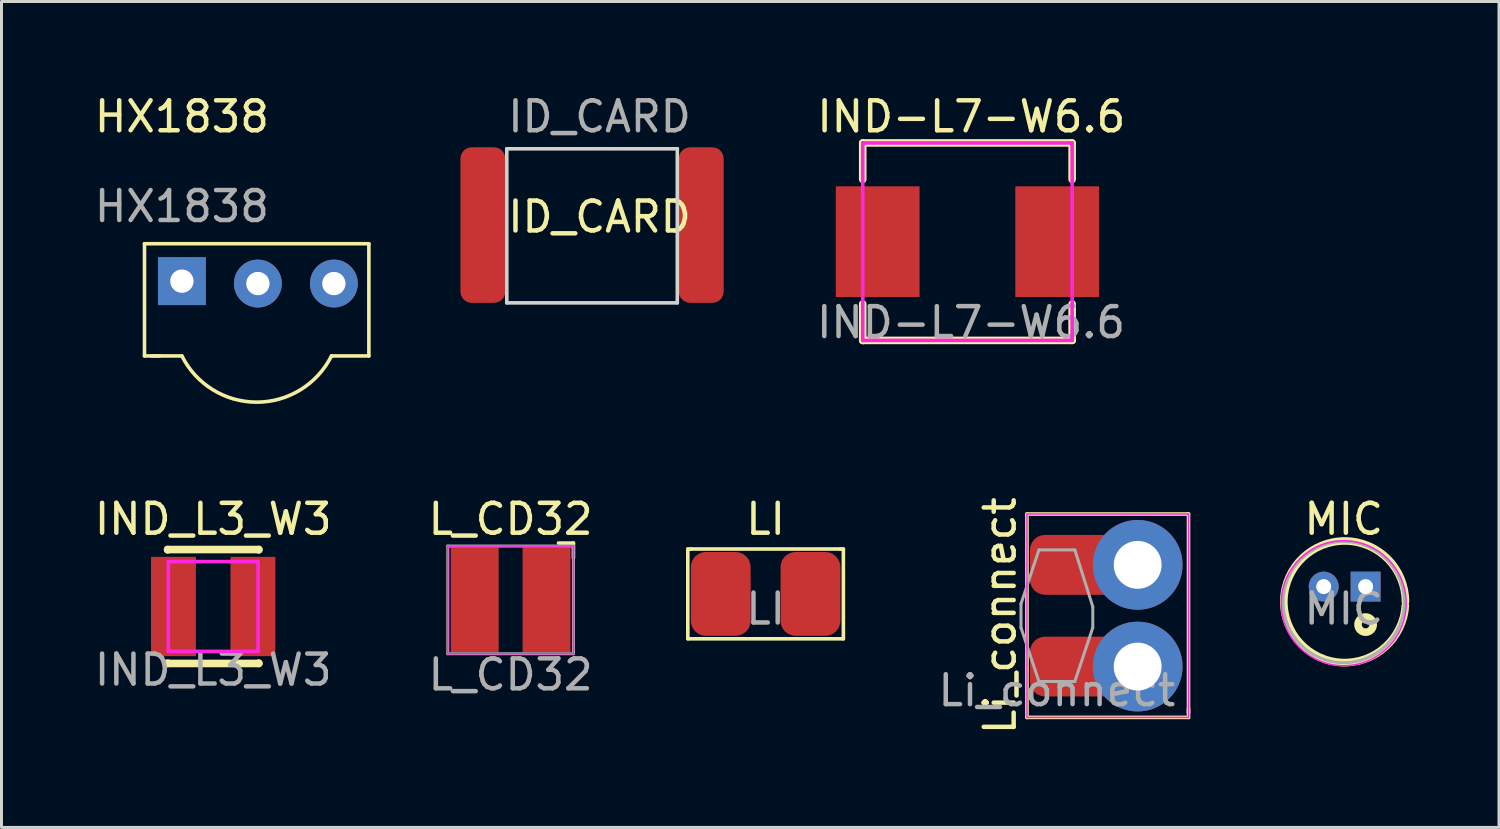
<source format=kicad_pcb>
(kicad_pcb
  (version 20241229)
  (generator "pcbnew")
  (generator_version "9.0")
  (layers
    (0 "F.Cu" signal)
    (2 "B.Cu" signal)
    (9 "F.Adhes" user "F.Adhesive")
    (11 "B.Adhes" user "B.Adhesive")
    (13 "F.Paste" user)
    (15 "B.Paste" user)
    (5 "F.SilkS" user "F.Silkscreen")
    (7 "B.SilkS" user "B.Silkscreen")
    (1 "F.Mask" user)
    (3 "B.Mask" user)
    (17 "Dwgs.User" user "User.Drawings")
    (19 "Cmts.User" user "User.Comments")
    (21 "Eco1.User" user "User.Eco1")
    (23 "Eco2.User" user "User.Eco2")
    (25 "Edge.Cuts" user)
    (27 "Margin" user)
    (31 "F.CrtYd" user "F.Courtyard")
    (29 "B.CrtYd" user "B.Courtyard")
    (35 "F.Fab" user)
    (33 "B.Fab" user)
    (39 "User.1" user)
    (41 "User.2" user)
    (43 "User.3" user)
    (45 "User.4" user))
  (footprint "Li_connect"
    (layer "F.Cu")
    (at 32.278 17.531)
    (property "Reference" "Li_connect" (at -1.9 0 90) (unlocked yes) (layer "F.SilkS") (effects (font (size 1 1) (thickness 0.15))))
    (attr smd)
    (fp_line (start -1 -3.4) (end 4.4 -3.4) (stroke (width 0.12) (type solid)) (layer "F.SilkS"))
    (fp_line (start -1 3.4) (end -1 -3.4) (stroke (width 0.12) (type solid)) (layer "F.SilkS"))
    (fp_line (start 4.4 -3.4) (end 4.4 3.25) (stroke (width 0.12) (type solid)) (layer "F.SilkS"))
    (fp_line (start 4.4 3.1) (end 4.4 3.4) (stroke (width 0.12) (type solid)) (layer "F.SilkS"))
    (fp_line (start 4.4 3.4) (end -1 3.4) (stroke (width 0.12) (type solid)) (layer "F.SilkS"))
    (fp_line (start -1 -3.4) (end 4.4 -3.4) (stroke (width 0.05) (type solid)) (layer "F.CrtYd"))
    (fp_line (start -1 3.4) (end -1 -3.4) (stroke (width 0.05) (type solid)) (layer "F.CrtYd"))
    (fp_line (start 4.4 -3.4) (end 4.4 3.4) (stroke (width 0.05) (type solid)) (layer "F.CrtYd"))
    (fp_line (start 4.4 3.4) (end -1 3.4) (stroke (width 0.05) (type solid)) (layer "F.CrtYd"))
    (fp_line (start -1.2 -0.4) (end -0.6 -2.2) (stroke (width 0.1) (type solid)) (layer "F.Fab"))
    (fp_line (start -1.2 0.4) (end -1.2 -0.4) (stroke (width 0.1) (type solid)) (layer "F.Fab"))
    (fp_line (start -0.6 -2.2) (end 0.6 -2.2) (stroke (width 0.1) (type solid)) (layer "F.Fab"))
    (fp_line (start -0.6 2.2) (end -1.2 0.4) (stroke (width 0.1) (type solid)) (layer "F.Fab"))
    (fp_line (start 0.6 -2.2) (end 1.2 -0.3) (stroke (width 0.1) (type solid)) (layer "F.Fab"))
    (fp_line (start 0.6 2.2) (end -0.6 2.2) (stroke (width 0.1) (type solid)) (layer "F.Fab"))
    (fp_line (start 1.2 -0.3) (end 1.2 0.4) (stroke (width 0.1) (type solid)) (layer "F.Fab"))
    (fp_line (start 1.2 0.4) (end 0.6 2.2) (stroke (width 0.1) (type solid)) (layer "F.Fab"))
    (fp_text user "${REFERENCE}" (at 0 2.5 0) (unlocked yes) (layer "F.Fab") (effects (font (size 1 1) (thickness 0.15))))
    (pad "1" smd roundrect (at 0.6 -1.7 270) (size 2 3) (layers "F.Cu" "F.Mask" "F.Paste") (roundrect_rratio 0.25))
    (pad "1" thru_hole circle (at 2.7 -1.7) (size 3 3) (drill 1.6) (layers "*.Cu" "*.Mask"))
    (pad "2" smd roundrect (at 0.6 1.7 270) (size 2 3) (layers "F.Cu" "F.Mask" "F.Paste") (roundrect_rratio 0.25))
    (pad "2" thru_hole circle (at 2.7 1.7) (size 3 3) (drill 1.6) (layers "*.Cu" "*.Mask")))
  (footprint "MIC"
    (layer "F.Cu")
    (at 41.866 14.802)
    (property "Reference" "MIC" (at 0 -0.5 0) (unlocked yes) (layer "F.SilkS") (effects (font (size 1 1) (thickness 0.15))))
    (attr through_hole)
    (fp_arc (start 2.059044 2.390332) (mid -2 2.2) (end 2.063006 2.263586) (stroke (width 0.254) (type solid)) (layer "F.SilkS"))
    (fp_circle (center 0.731 3.026) (end 0.731 3.28) (stroke (width 0.254) (type solid)) (fill no) (layer "F.SilkS"))
    (fp_circle (center 0 2.312) (end 2 2.912) (stroke (width 0.05) (type solid)) (fill no) (layer "F.CrtYd"))
    (fp_circle (center 0 2.275) (end 1.9 2.975) (stroke (width 0.1) (type solid)) (fill no) (layer "F.Fab"))
    (fp_text user "${REFERENCE}" (at 0 2.5 0) (unlocked yes) (layer "F.Fab") (effects (font (size 1 1) (thickness 0.15))))
    (pad "1" thru_hole rect (at 0.731 1.756) (size 1 1) (drill 0.5) (layers "*.Cu" "*.Mask"))
    (pad "2" thru_hole circle (at -0.669 1.756) (size 1 1) (drill 0.5) (layers "*.Cu" "*.Mask")))
  (footprint "IND_L3_W3"
    (layer "F.Cu")
    (at 4.077 16.842)
    (property "Reference" "IND_L3_W3" (at 0 -2.54 0) (unlocked yes) (layer "F.SilkS") (effects (font (size 1 1) (thickness 0.15))))
    (attr smd)
    (fp_line (start -1.524 -1.524) (end 1.524 -1.524) (stroke (width 0.254) (type solid)) (layer "F.SilkS"))
    (fp_line (start -1.524 -1.51) (end -1.524 -1.524) (stroke (width 0.254) (type solid)) (layer "F.SilkS"))
    (fp_line (start -1.524 2.286) (end -1.524 2.272) (stroke (width 0.254) (type solid)) (layer "F.SilkS"))
    (fp_line (start -1.524 2.286) (end 1.524 2.286) (stroke (width 0.254) (type solid)) (layer "F.SilkS"))
    (fp_line (start 1.524 -1.524) (end 1.524 -1.51) (stroke (width 0.254) (type solid)) (layer "F.SilkS"))
    (fp_line (start 1.524 2.272) (end 1.524 2.286) (stroke (width 0.254) (type solid)) (layer "F.SilkS"))
    (fp_line (start -1.5 -1.119) (end 1.5 -1.119) (stroke (width 0.12) (type solid)) (layer "F.CrtYd"))
    (fp_line (start -1.5 1.881) (end -1.5 -1.119) (stroke (width 0.12) (type solid)) (layer "F.CrtYd"))
    (fp_line (start 1.5 -1.119) (end 1.5 1.881) (stroke (width 0.12) (type solid)) (layer "F.CrtYd"))
    (fp_line (start 1.5 1.881) (end -1.5 1.881) (stroke (width 0.12) (type solid)) (layer "F.CrtYd"))
    (fp_text user "${REFERENCE}" (at 0 2.5 0) (unlocked yes) (layer "F.Fab") (effects (font (size 1 1) (thickness 0.15))))
    (pad "1" smd rect (at 1.328 0.381) (size 1.5 3.32) (layers "F.Cu" "F.Mask" "F.Paste"))
    (pad "2" smd rect (at -1.328 0.381) (size 1.5 3.32) (layers "F.Cu" "F.Mask" "F.Paste")))
  (footprint "IND-L7-W6.6"
    (layer "F.Cu")
    (at 29.408 5.228)
    (property "Reference" "IND-L7-W6.6" (at 0.01 -4.38 0) (unlocked yes) (layer "F.SilkS") (effects (font (size 1 1) (thickness 0.15))))
    (attr smd)
    (fp_line (start -3.62 -3.5) (end 3.36 -3.5) (stroke (width 0.254) (type solid)) (layer "F.SilkS"))
    (fp_line (start -3.62 -2.281) (end -3.62 -3.5) (stroke (width 0.254) (type solid)) (layer "F.SilkS"))
    (fp_line (start -3.62 3.1) (end -3.62 1.881) (stroke (width 0.254) (type solid)) (layer "F.SilkS"))
    (fp_line (start -3.61 3.1) (end -3.62 3.1) (stroke (width 0.254) (type solid)) (layer "F.SilkS"))
    (fp_line (start 3.36 -3.5) (end 3.38 -3.48) (stroke (width 0.254) (type solid)) (layer "F.SilkS"))
    (fp_line (start 3.38 -3.5) (end 3.38 -2.281) (stroke (width 0.254) (type solid)) (layer "F.SilkS"))
    (fp_line (start 3.38 1.881) (end 3.38 3.1) (stroke (width 0.254) (type solid)) (layer "F.SilkS"))
    (fp_line (start 3.38 3.1) (end -3.61 3.1) (stroke (width 0.254) (type solid)) (layer "F.SilkS"))
    (fp_circle (center -3.62 3.1) (end -3.59 3.1) (stroke (width 0.06) (type solid)) (fill no) (layer "Eco2.User"))
    (fp_poly (pts (xy -2.02 1.3) (xy -3.62 1.3) (xy -3.62 -1.7) (xy -2.02 -1.7)) (stroke (width 0.12) (type solid)) (fill no) (layer "Eco2.User"))
    (fp_poly (pts (xy 1.78 -1.7) (xy 3.38 -1.7) (xy 3.38 1.3) (xy 1.78 1.3)) (stroke (width 0.12) (type solid)) (fill no) (layer "Eco2.User"))
    (fp_line (start -3.62 -3.5) (end 3.38 -3.5) (stroke (width 0.12) (type solid)) (layer "F.CrtYd"))
    (fp_line (start -3.62 3.1) (end -3.62 -3.5) (stroke (width 0.12) (type solid)) (layer "F.CrtYd"))
    (fp_line (start 3.38 -3.5) (end 3.38 3.1) (stroke (width 0.12) (type solid)) (layer "F.CrtYd"))
    (fp_line (start 3.38 3.1) (end -3.62 3.1) (stroke (width 0.12) (type solid)) (layer "F.CrtYd"))
    (fp_text user "${REFERENCE}" (at 0 2.5 0) (unlocked yes) (layer "F.Fab") (effects (font (size 1 1) (thickness 0.15))))
    (pad "1" smd rect (at -3.12 -0.2) (size 2.8 3.7) (layers "F.Cu" "F.Mask" "F.Paste"))
    (pad "2" smd rect (at 2.88 -0.2) (size 2.8 3.7) (layers "F.Cu" "F.Mask" "F.Paste")))
  (footprint "LI"
    (layer "F.Cu")
    (at 22.541 14.802)
    (property "Reference" "LI" (at 0 -0.5 0) (unlocked yes) (layer "F.SilkS") (effects (font (size 1 1) (thickness 0.15))))
    (attr smd)
    (fp_line (start -2.6 0.5) (end -2.5 0.5) (stroke (width 0.12) (type solid)) (layer "F.SilkS"))
    (fp_line (start -2.6 3.5) (end -2.6 0.5) (stroke (width 0.12) (type solid)) (layer "F.SilkS"))
    (fp_line (start -2.5 0.5) (end 2.5 0.5) (stroke (width 0.12) (type solid)) (layer "F.SilkS"))
    (fp_line (start 2.5 0.5) (end 2.6 0.5) (stroke (width 0.12) (type solid)) (layer "F.SilkS"))
    (fp_line (start 2.6 0.5) (end 2.6 3.5) (stroke (width 0.12) (type solid)) (layer "F.SilkS"))
    (fp_line (start 2.6 3.5) (end -2.6 3.5) (stroke (width 0.12) (type solid)) (layer "F.SilkS"))
    (fp_text user "${REFERENCE}" (at 0 2.5 0) (unlocked yes) (layer "F.Fab") (effects (font (size 1 1) (thickness 0.15))))
    (pad "1" smd roundrect (at -1.5 2) (size 2 2.8) (layers "F.Cu" "F.Mask" "F.Paste") (roundrect_rratio 0.25))
    (pad "2" smd roundrect (at 1.5 2) (size 2 2.8) (layers "F.Cu" "F.Mask" "F.Paste") (roundrect_rratio 0.25)))
  (footprint "ID_CARD"
    (layer "F.Cu")
    (at 16.99 4.698)
    (property "Reference" "ID_CARD" (at 0 -0.5 0) (unlocked yes) (layer "F.SilkS") (effects (font (size 1 1) (thickness 0.15))))
    (attr smd)
    (fp_line (start -3.1 -2.775) (end -3.1 2.375) (stroke (width 0.12) (type solid)) (layer "Edge.Cuts"))
    (fp_line (start -3.1 2.375) (end 2.6 2.375) (stroke (width 0.12) (type solid)) (layer "Edge.Cuts"))
    (fp_line (start 2.6 -2.775) (end -3.1 -2.775) (stroke (width 0.12) (type solid)) (layer "Edge.Cuts"))
    (fp_line (start 2.6 2.375) (end 2.6 -2.775) (stroke (width 0.12) (type solid)) (layer "Edge.Cuts"))
    (fp_text user "${REFERENCE}" (at 0 -3.85 0) (unlocked yes) (layer "F.Fab") (effects (font (size 1 1) (thickness 0.15))))
    (pad "1" smd roundrect (at -3.9 -0.225 180) (size 1.5 5.2) (layers "F.Cu" "F.Mask" "F.Paste") (roundrect_rratio 0.25))
    (pad "2" smd roundrect (at 3.4 -0.225 90) (size 5.2 1.5) (layers "F.Cu" "F.Mask" "F.Paste") (roundrect_rratio 0.25)))
  (footprint "L_CD32"
    (layer "F.Cu")
    (at 14.018 17.002)
    (property "Reference" "L_CD32" (at 0 -2.7 0) (unlocked yes) (layer "F.SilkS") (effects (font (size 1 1) (thickness 0.15))))
    (attr smd)
    (fp_line (start 2.1 -1.9) (end 1.6 -1.9) (stroke (width 0.12) (type solid)) (layer "F.SilkS"))
    (fp_line (start 2.1 -1.9) (end 2.1 -1.4) (stroke (width 0.12) (type solid)) (layer "F.SilkS"))
    (fp_line (start -2.1 -1.8) (end 2 -1.8) (stroke (width 0.05) (type solid)) (layer "F.CrtYd"))
    (fp_line (start -2.1 1.8) (end -2.1 -1.8) (stroke (width 0.05) (type solid)) (layer "F.CrtYd"))
    (fp_line (start 2 -1.8) (end 2.1 -1.8) (stroke (width 0.05) (type solid)) (layer "F.CrtYd"))
    (fp_line (start 2.1 -1.8) (end 2.1 1.8) (stroke (width 0.05) (type solid)) (layer "F.CrtYd"))
    (fp_line (start 2.1 1.8) (end -2.1 1.8) (stroke (width 0.05) (type solid)) (layer "F.CrtYd"))
    (fp_line (start -2.1 -1.8) (end -2.1 1.8) (stroke (width 0.1) (type solid)) (layer "F.Fab"))
    (fp_line (start -2.1 1.8) (end 2.1 1.8) (stroke (width 0.1) (type solid)) (layer "F.Fab"))
    (fp_line (start 2.1 -1.8) (end -2.1 -1.8) (stroke (width 0.1) (type solid)) (layer "F.Fab"))
    (fp_line (start 2.1 1.8) (end 2.1 -1.8) (stroke (width 0.1) (type solid)) (layer "F.Fab"))
    (fp_text user "${REFERENCE}" (at 0 2.5 0) (unlocked yes) (layer "F.Fab") (effects (font (size 1 1) (thickness 0.15))))
    (pad "1" smd rect (at -1.2 0) (size 1.6 3.5) (layers "F.Cu" "F.Mask" "F.Paste"))
    (pad "2" smd rect (at 1.2 0) (size 1.6 3.5) (layers "F.Cu" "F.Mask" "F.Paste")))
  (footprint "HX1838"
    (layer "F.Cu")
    (at 3.03 1.348)
    (property "Reference" "HX1838" (at 0 -0.5 0) (unlocked yes) (layer "F.SilkS") (effects (font (size 1 1) (thickness 0.15))))
    (attr through_hole)
    (fp_line (start -1.25 3.75) (end -1.25 7.5) (stroke (width 0.12) (type solid)) (layer "F.SilkS"))
    (fp_line (start -1 7.5) (end 0 7.5) (stroke (width 0.12) (type solid)) (layer "F.SilkS"))
    (fp_line (start -0.75 7.5) (end -1.25 7.5) (stroke (width 0.12) (type solid)) (layer "F.SilkS"))
    (fp_line (start 6.25 3.75) (end -1.25 3.75) (stroke (width 0.12) (type solid)) (layer "F.SilkS"))
    (fp_line (start 6.25 3.75) (end 6.25 7.5) (stroke (width 0.12) (type solid)) (layer "F.SilkS"))
    (fp_line (start 6.25 7.5) (end 5 7.5) (stroke (width 0.12) (type solid)) (layer "F.SilkS"))
    (fp_arc (start 4.999999 7.5) (mid 2.5 9.045084) (end 0.000001 7.499999) (stroke (width 0.12) (type solid)) (layer "F.SilkS"))
    (fp_text user "${REFERENCE}" (at 0 2.5 0) (unlocked yes) (layer "F.Fab") (effects (font (size 1 1) (thickness 0.15))))
    (pad "1" thru_hole rect (at 0 5) (size 1.6 1.6) (drill 0.78) (layers "*.Cu" "*.Mask"))
    (pad "2" thru_hole circle (at 2.54 5.08) (size 1.6 1.6) (drill 0.78) (layers "*.Cu" "*.Mask"))
    (pad "3" thru_hole circle (at 5.08 5.08) (size 1.6 1.6) (drill 0.78) (layers "*.Cu" "*.Mask")))
  (gr_rect
    (start -3 -3)
    (end 47.056 24.608)
    (stroke (width 0.1) (type default))
    (fill no)
    (layer "Edge.Cuts")))
</source>
